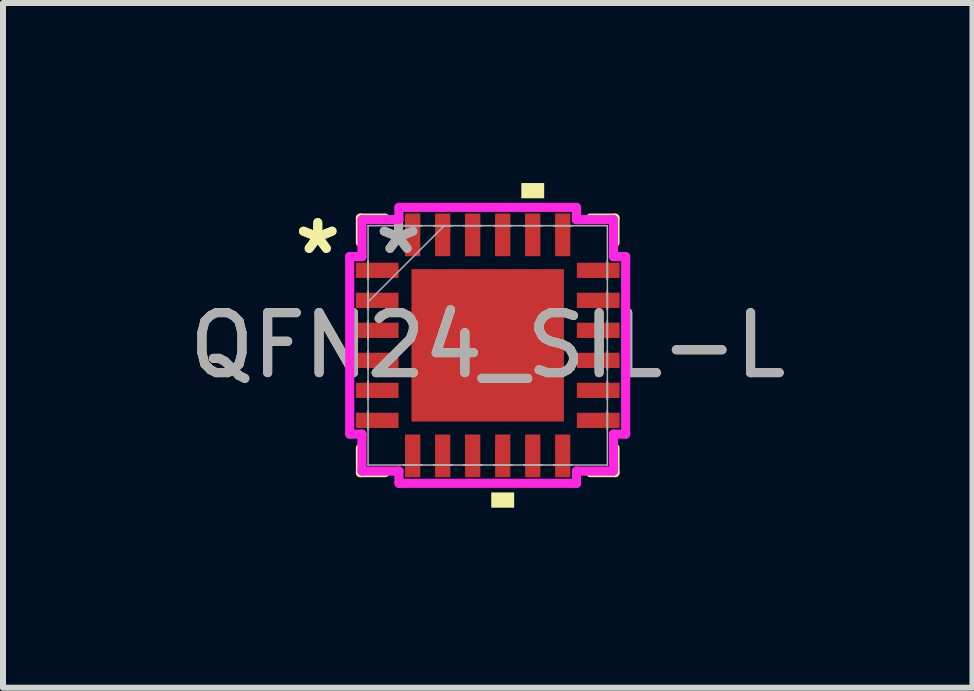
<source format=kicad_pcb>
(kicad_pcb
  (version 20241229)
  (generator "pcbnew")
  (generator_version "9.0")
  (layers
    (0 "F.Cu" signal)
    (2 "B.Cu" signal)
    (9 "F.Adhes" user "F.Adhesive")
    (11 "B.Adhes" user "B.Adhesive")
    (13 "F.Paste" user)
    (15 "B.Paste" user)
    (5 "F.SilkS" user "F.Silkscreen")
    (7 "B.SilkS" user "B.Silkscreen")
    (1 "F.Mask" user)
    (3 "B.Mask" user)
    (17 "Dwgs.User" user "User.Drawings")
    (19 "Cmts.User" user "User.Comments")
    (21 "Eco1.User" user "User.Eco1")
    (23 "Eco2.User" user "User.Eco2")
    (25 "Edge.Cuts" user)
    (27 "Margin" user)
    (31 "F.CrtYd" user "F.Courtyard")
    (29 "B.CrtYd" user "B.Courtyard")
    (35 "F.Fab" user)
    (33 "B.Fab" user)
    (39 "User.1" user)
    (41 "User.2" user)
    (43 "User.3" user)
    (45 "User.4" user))
  (footprint "QFN24_SIL-L"
    (layer "F.Cu")
    (at 5.077 2.705)
    (property "Reference" "QFN24_SIL-L" (at 0 0 0) (unlocked yes) (layer "F.SilkS") (effects (font (size 1 1) (thickness 0.15))))
    (attr smd)
    (fp_line (start -2.121 -2.121) (end -2.121 -1.71) (stroke (width 0.152) (type solid)) (layer "F.SilkS"))
    (fp_line (start -2.121 1.71) (end -2.121 2.121) (stroke (width 0.152) (type solid)) (layer "F.SilkS"))
    (fp_line (start -2.121 2.121) (end -1.71 2.121) (stroke (width 0.152) (type solid)) (layer "F.SilkS"))
    (fp_line (start -1.71 -2.121) (end -2.121 -2.121) (stroke (width 0.152) (type solid)) (layer "F.SilkS"))
    (fp_line (start 1.71 2.121) (end 2.121 2.121) (stroke (width 0.152) (type solid)) (layer "F.SilkS"))
    (fp_line (start 2.121 -2.121) (end 1.71 -2.121) (stroke (width 0.152) (type solid)) (layer "F.SilkS"))
    (fp_line (start 2.121 -1.71) (end 2.121 -2.121) (stroke (width 0.152) (type solid)) (layer "F.SilkS"))
    (fp_line (start 2.121 2.121) (end 2.121 1.71) (stroke (width 0.152) (type solid)) (layer "F.SilkS"))
    (fp_poly (pts (xy 0.059 2.451) (xy 0.059 2.705) (xy 0.441 2.705) (xy 0.441 2.451)) (stroke (width 0) (type solid)) (fill yes) (layer "F.SilkS"))
    (fp_poly (pts (xy 0.56 -2.451) (xy 0.56 -2.705) (xy 0.941 -2.705) (xy 0.941 -2.451)) (stroke (width 0) (type solid)) (fill yes) (layer "F.SilkS"))
    (fp_poly (pts (xy -1.17 -1.17) (xy -1.17 -0.1) (xy -0.1 -0.1) (xy -0.1 -1.17)) (stroke (width 0) (type solid)) (fill yes) (layer "F.Paste"))
    (fp_poly (pts (xy -1.17 0.1) (xy -1.17 1.17) (xy -0.1 1.17) (xy -0.1 0.1)) (stroke (width 0) (type solid)) (fill yes) (layer "F.Paste"))
    (fp_poly (pts (xy 0.1 -1.17) (xy 0.1 -0.1) (xy 1.17 -0.1) (xy 1.17 -1.17)) (stroke (width 0) (type solid)) (fill yes) (layer "F.Paste"))
    (fp_poly (pts (xy 0.1 0.1) (xy 0.1 1.17) (xy 1.17 1.17) (xy 1.17 0.1)) (stroke (width 0) (type solid)) (fill yes) (layer "F.Paste"))
    (fp_line (start -2.299 -1.479) (end -2.095 -1.479) (stroke (width 0.152) (type solid)) (layer "F.CrtYd"))
    (fp_line (start -2.299 1.479) (end -2.299 -1.479) (stroke (width 0.152) (type solid)) (layer "F.CrtYd"))
    (fp_line (start -2.095 -2.095) (end -1.479 -2.095) (stroke (width 0.152) (type solid)) (layer "F.CrtYd"))
    (fp_line (start -2.095 -1.479) (end -2.095 -2.095) (stroke (width 0.152) (type solid)) (layer "F.CrtYd"))
    (fp_line (start -2.095 1.479) (end -2.299 1.479) (stroke (width 0.152) (type solid)) (layer "F.CrtYd"))
    (fp_line (start -2.095 2.095) (end -2.095 1.479) (stroke (width 0.152) (type solid)) (layer "F.CrtYd"))
    (fp_line (start -1.479 -2.299) (end 1.479 -2.299) (stroke (width 0.152) (type solid)) (layer "F.CrtYd"))
    (fp_line (start -1.479 -2.095) (end -1.479 -2.299) (stroke (width 0.152) (type solid)) (layer "F.CrtYd"))
    (fp_line (start -1.479 2.095) (end -2.095 2.095) (stroke (width 0.152) (type solid)) (layer "F.CrtYd"))
    (fp_line (start -1.479 2.299) (end -1.479 2.095) (stroke (width 0.152) (type solid)) (layer "F.CrtYd"))
    (fp_line (start 1.479 -2.299) (end 1.479 -2.095) (stroke (width 0.152) (type solid)) (layer "F.CrtYd"))
    (fp_line (start 1.479 -2.095) (end 2.095 -2.095) (stroke (width 0.152) (type solid)) (layer "F.CrtYd"))
    (fp_line (start 1.479 2.095) (end 1.479 2.299) (stroke (width 0.152) (type solid)) (layer "F.CrtYd"))
    (fp_line (start 1.479 2.299) (end -1.479 2.299) (stroke (width 0.152) (type solid)) (layer "F.CrtYd"))
    (fp_line (start 2.095 -2.095) (end 2.095 -1.479) (stroke (width 0.152) (type solid)) (layer "F.CrtYd"))
    (fp_line (start 2.095 -1.479) (end 2.299 -1.479) (stroke (width 0.152) (type solid)) (layer "F.CrtYd"))
    (fp_line (start 2.095 1.479) (end 2.095 2.095) (stroke (width 0.152) (type solid)) (layer "F.CrtYd"))
    (fp_line (start 2.095 2.095) (end 1.479 2.095) (stroke (width 0.152) (type solid)) (layer "F.CrtYd"))
    (fp_line (start 2.299 -1.479) (end 2.299 1.479) (stroke (width 0.152) (type solid)) (layer "F.CrtYd"))
    (fp_line (start 2.299 1.479) (end 2.095 1.479) (stroke (width 0.152) (type solid)) (layer "F.CrtYd"))
    (fp_line (start -1.994 -1.994) (end -1.994 -1.994) (stroke (width 0.025) (type solid)) (layer "F.Fab"))
    (fp_line (start -1.994 -1.994) (end -1.994 1.994) (stroke (width 0.025) (type solid)) (layer "F.Fab"))
    (fp_line (start -1.994 -1.402) (end -1.994 -1.402) (stroke (width 0.025) (type solid)) (layer "F.Fab"))
    (fp_line (start -1.994 -1.402) (end -1.994 -1.098) (stroke (width 0.025) (type solid)) (layer "F.Fab"))
    (fp_line (start -1.994 -1.098) (end -1.994 -1.402) (stroke (width 0.025) (type solid)) (layer "F.Fab"))
    (fp_line (start -1.994 -1.098) (end -1.994 -1.098) (stroke (width 0.025) (type solid)) (layer "F.Fab"))
    (fp_line (start -1.994 -0.902) (end -1.994 -0.902) (stroke (width 0.025) (type solid)) (layer "F.Fab"))
    (fp_line (start -1.994 -0.902) (end -1.994 -0.598) (stroke (width 0.025) (type solid)) (layer "F.Fab"))
    (fp_line (start -1.994 -0.724) (end -0.724 -1.994) (stroke (width 0.025) (type solid)) (layer "F.Fab"))
    (fp_line (start -1.994 -0.598) (end -1.994 -0.902) (stroke (width 0.025) (type solid)) (layer "F.Fab"))
    (fp_line (start -1.994 -0.598) (end -1.994 -0.598) (stroke (width 0.025) (type solid)) (layer "F.Fab"))
    (fp_line (start -1.994 -0.402) (end -1.994 -0.402) (stroke (width 0.025) (type solid)) (layer "F.Fab"))
    (fp_line (start -1.994 -0.402) (end -1.994 -0.098) (stroke (width 0.025) (type solid)) (layer "F.Fab"))
    (fp_line (start -1.994 -0.098) (end -1.994 -0.402) (stroke (width 0.025) (type solid)) (layer "F.Fab"))
    (fp_line (start -1.994 -0.098) (end -1.994 -0.098) (stroke (width 0.025) (type solid)) (layer "F.Fab"))
    (fp_line (start -1.994 0.098) (end -1.994 0.098) (stroke (width 0.025) (type solid)) (layer "F.Fab"))
    (fp_line (start -1.994 0.098) (end -1.994 0.402) (stroke (width 0.025) (type solid)) (layer "F.Fab"))
    (fp_line (start -1.994 0.402) (end -1.994 0.098) (stroke (width 0.025) (type solid)) (layer "F.Fab"))
    (fp_line (start -1.994 0.402) (end -1.994 0.402) (stroke (width 0.025) (type solid)) (layer "F.Fab"))
    (fp_line (start -1.994 0.598) (end -1.994 0.598) (stroke (width 0.025) (type solid)) (layer "F.Fab"))
    (fp_line (start -1.994 0.598) (end -1.994 0.902) (stroke (width 0.025) (type solid)) (layer "F.Fab"))
    (fp_line (start -1.994 0.902) (end -1.994 0.598) (stroke (width 0.025) (type solid)) (layer "F.Fab"))
    (fp_line (start -1.994 0.902) (end -1.994 0.902) (stroke (width 0.025) (type solid)) (layer "F.Fab"))
    (fp_line (start -1.994 1.098) (end -1.994 1.098) (stroke (width 0.025) (type solid)) (layer "F.Fab"))
    (fp_line (start -1.994 1.098) (end -1.994 1.402) (stroke (width 0.025) (type solid)) (layer "F.Fab"))
    (fp_line (start -1.994 1.402) (end -1.994 1.098) (stroke (width 0.025) (type solid)) (layer "F.Fab"))
    (fp_line (start -1.994 1.402) (end -1.994 1.402) (stroke (width 0.025) (type solid)) (layer "F.Fab"))
    (fp_line (start -1.994 1.994) (end -1.994 1.994) (stroke (width 0.025) (type solid)) (layer "F.Fab"))
    (fp_line (start -1.994 1.994) (end 1.994 1.994) (stroke (width 0.025) (type solid)) (layer "F.Fab"))
    (fp_line (start -1.402 -1.994) (end -1.402 -1.994) (stroke (width 0.025) (type solid)) (layer "F.Fab"))
    (fp_line (start -1.402 -1.994) (end -1.098 -1.994) (stroke (width 0.025) (type solid)) (layer "F.Fab"))
    (fp_line (start -1.402 1.994) (end -1.402 1.994) (stroke (width 0.025) (type solid)) (layer "F.Fab"))
    (fp_line (start -1.402 1.994) (end -1.098 1.994) (stroke (width 0.025) (type solid)) (layer "F.Fab"))
    (fp_line (start -1.098 -1.994) (end -1.402 -1.994) (stroke (width 0.025) (type solid)) (layer "F.Fab"))
    (fp_line (start -1.098 -1.994) (end -1.098 -1.994) (stroke (width 0.025) (type solid)) (layer "F.Fab"))
    (fp_line (start -1.098 1.994) (end -1.402 1.994) (stroke (width 0.025) (type solid)) (layer "F.Fab"))
    (fp_line (start -1.098 1.994) (end -1.098 1.994) (stroke (width 0.025) (type solid)) (layer "F.Fab"))
    (fp_line (start -0.902 -1.994) (end -0.902 -1.994) (stroke (width 0.025) (type solid)) (layer "F.Fab"))
    (fp_line (start -0.902 -1.994) (end -0.598 -1.994) (stroke (width 0.025) (type solid)) (layer "F.Fab"))
    (fp_line (start -0.902 1.994) (end -0.902 1.994) (stroke (width 0.025) (type solid)) (layer "F.Fab"))
    (fp_line (start -0.902 1.994) (end -0.598 1.994) (stroke (width 0.025) (type solid)) (layer "F.Fab"))
    (fp_line (start -0.598 -1.994) (end -0.902 -1.994) (stroke (width 0.025) (type solid)) (layer "F.Fab"))
    (fp_line (start -0.598 -1.994) (end -0.598 -1.994) (stroke (width 0.025) (type solid)) (layer "F.Fab"))
    (fp_line (start -0.598 1.994) (end -0.902 1.994) (stroke (width 0.025) (type solid)) (layer "F.Fab"))
    (fp_line (start -0.598 1.994) (end -0.598 1.994) (stroke (width 0.025) (type solid)) (layer "F.Fab"))
    (fp_line (start -0.402 -1.994) (end -0.402 -1.994) (stroke (width 0.025) (type solid)) (layer "F.Fab"))
    (fp_line (start -0.402 -1.994) (end -0.098 -1.994) (stroke (width 0.025) (type solid)) (layer "F.Fab"))
    (fp_line (start -0.402 1.994) (end -0.402 1.994) (stroke (width 0.025) (type solid)) (layer "F.Fab"))
    (fp_line (start -0.402 1.994) (end -0.098 1.994) (stroke (width 0.025) (type solid)) (layer "F.Fab"))
    (fp_line (start -0.098 -1.994) (end -0.402 -1.994) (stroke (width 0.025) (type solid)) (layer "F.Fab"))
    (fp_line (start -0.098 -1.994) (end -0.098 -1.994) (stroke (width 0.025) (type solid)) (layer "F.Fab"))
    (fp_line (start -0.098 1.994) (end -0.402 1.994) (stroke (width 0.025) (type solid)) (layer "F.Fab"))
    (fp_line (start -0.098 1.994) (end -0.098 1.994) (stroke (width 0.025) (type solid)) (layer "F.Fab"))
    (fp_line (start 0.098 -1.994) (end 0.098 -1.994) (stroke (width 0.025) (type solid)) (layer "F.Fab"))
    (fp_line (start 0.098 -1.994) (end 0.402 -1.994) (stroke (width 0.025) (type solid)) (layer "F.Fab"))
    (fp_line (start 0.098 1.994) (end 0.098 1.994) (stroke (width 0.025) (type solid)) (layer "F.Fab"))
    (fp_line (start 0.098 1.994) (end 0.402 1.994) (stroke (width 0.025) (type solid)) (layer "F.Fab"))
    (fp_line (start 0.402 -1.994) (end 0.098 -1.994) (stroke (width 0.025) (type solid)) (layer "F.Fab"))
    (fp_line (start 0.402 -1.994) (end 0.402 -1.994) (stroke (width 0.025) (type solid)) (layer "F.Fab"))
    (fp_line (start 0.402 1.994) (end 0.098 1.994) (stroke (width 0.025) (type solid)) (layer "F.Fab"))
    (fp_line (start 0.402 1.994) (end 0.402 1.994) (stroke (width 0.025) (type solid)) (layer "F.Fab"))
    (fp_line (start 0.598 -1.994) (end 0.598 -1.994) (stroke (width 0.025) (type solid)) (layer "F.Fab"))
    (fp_line (start 0.598 -1.994) (end 0.902 -1.994) (stroke (width 0.025) (type solid)) (layer "F.Fab"))
    (fp_line (start 0.598 1.994) (end 0.598 1.994) (stroke (width 0.025) (type solid)) (layer "F.Fab"))
    (fp_line (start 0.598 1.994) (end 0.902 1.994) (stroke (width 0.025) (type solid)) (layer "F.Fab"))
    (fp_line (start 0.902 -1.994) (end 0.598 -1.994) (stroke (width 0.025) (type solid)) (layer "F.Fab"))
    (fp_line (start 0.902 -1.994) (end 0.902 -1.994) (stroke (width 0.025) (type solid)) (layer "F.Fab"))
    (fp_line (start 0.902 1.994) (end 0.598 1.994) (stroke (width 0.025) (type solid)) (layer "F.Fab"))
    (fp_line (start 0.902 1.994) (end 0.902 1.994) (stroke (width 0.025) (type solid)) (layer "F.Fab"))
    (fp_line (start 1.098 -1.994) (end 1.098 -1.994) (stroke (width 0.025) (type solid)) (layer "F.Fab"))
    (fp_line (start 1.098 -1.994) (end 1.402 -1.994) (stroke (width 0.025) (type solid)) (layer "F.Fab"))
    (fp_line (start 1.098 1.994) (end 1.098 1.994) (stroke (width 0.025) (type solid)) (layer "F.Fab"))
    (fp_line (start 1.098 1.994) (end 1.402 1.994) (stroke (width 0.025) (type solid)) (layer "F.Fab"))
    (fp_line (start 1.402 -1.994) (end 1.098 -1.994) (stroke (width 0.025) (type solid)) (layer "F.Fab"))
    (fp_line (start 1.402 -1.994) (end 1.402 -1.994) (stroke (width 0.025) (type solid)) (layer "F.Fab"))
    (fp_line (start 1.402 1.994) (end 1.098 1.994) (stroke (width 0.025) (type solid)) (layer "F.Fab"))
    (fp_line (start 1.402 1.994) (end 1.402 1.994) (stroke (width 0.025) (type solid)) (layer "F.Fab"))
    (fp_line (start 1.994 -1.994) (end -1.994 -1.994) (stroke (width 0.025) (type solid)) (layer "F.Fab"))
    (fp_line (start 1.994 -1.994) (end 1.994 -1.994) (stroke (width 0.025) (type solid)) (layer "F.Fab"))
    (fp_line (start 1.994 -1.402) (end 1.994 -1.402) (stroke (width 0.025) (type solid)) (layer "F.Fab"))
    (fp_line (start 1.994 -1.402) (end 1.994 -1.098) (stroke (width 0.025) (type solid)) (layer "F.Fab"))
    (fp_line (start 1.994 -1.098) (end 1.994 -1.402) (stroke (width 0.025) (type solid)) (layer "F.Fab"))
    (fp_line (start 1.994 -1.098) (end 1.994 -1.098) (stroke (width 0.025) (type solid)) (layer "F.Fab"))
    (fp_line (start 1.994 -0.902) (end 1.994 -0.902) (stroke (width 0.025) (type solid)) (layer "F.Fab"))
    (fp_line (start 1.994 -0.902) (end 1.994 -0.598) (stroke (width 0.025) (type solid)) (layer "F.Fab"))
    (fp_line (start 1.994 -0.598) (end 1.994 -0.902) (stroke (width 0.025) (type solid)) (layer "F.Fab"))
    (fp_line (start 1.994 -0.598) (end 1.994 -0.598) (stroke (width 0.025) (type solid)) (layer "F.Fab"))
    (fp_line (start 1.994 -0.402) (end 1.994 -0.402) (stroke (width 0.025) (type solid)) (layer "F.Fab"))
    (fp_line (start 1.994 -0.402) (end 1.994 -0.098) (stroke (width 0.025) (type solid)) (layer "F.Fab"))
    (fp_line (start 1.994 -0.098) (end 1.994 -0.402) (stroke (width 0.025) (type solid)) (layer "F.Fab"))
    (fp_line (start 1.994 -0.098) (end 1.994 -0.098) (stroke (width 0.025) (type solid)) (layer "F.Fab"))
    (fp_line (start 1.994 0.098) (end 1.994 0.098) (stroke (width 0.025) (type solid)) (layer "F.Fab"))
    (fp_line (start 1.994 0.098) (end 1.994 0.402) (stroke (width 0.025) (type solid)) (layer "F.Fab"))
    (fp_line (start 1.994 0.402) (end 1.994 0.098) (stroke (width 0.025) (type solid)) (layer "F.Fab"))
    (fp_line (start 1.994 0.402) (end 1.994 0.402) (stroke (width 0.025) (type solid)) (layer "F.Fab"))
    (fp_line (start 1.994 0.598) (end 1.994 0.598) (stroke (width 0.025) (type solid)) (layer "F.Fab"))
    (fp_line (start 1.994 0.598) (end 1.994 0.902) (stroke (width 0.025) (type solid)) (layer "F.Fab"))
    (fp_line (start 1.994 0.902) (end 1.994 0.598) (stroke (width 0.025) (type solid)) (layer "F.Fab"))
    (fp_line (start 1.994 0.902) (end 1.994 0.902) (stroke (width 0.025) (type solid)) (layer "F.Fab"))
    (fp_line (start 1.994 1.098) (end 1.994 1.098) (stroke (width 0.025) (type solid)) (layer "F.Fab"))
    (fp_line (start 1.994 1.098) (end 1.994 1.402) (stroke (width 0.025) (type solid)) (layer "F.Fab"))
    (fp_line (start 1.994 1.402) (end 1.994 1.098) (stroke (width 0.025) (type solid)) (layer "F.Fab"))
    (fp_line (start 1.994 1.402) (end 1.994 1.402) (stroke (width 0.025) (type solid)) (layer "F.Fab"))
    (fp_line (start 1.994 1.994) (end 1.994 -1.994) (stroke (width 0.025) (type solid)) (layer "F.Fab"))
    (fp_line (start 1.994 1.994) (end 1.994 1.994) (stroke (width 0.025) (type solid)) (layer "F.Fab"))
    (fp_text user "*" (at -2.832 -1.5 0) (layer "F.SilkS") (effects (font (size 1 1) (thickness 0.15))))
    (fp_text user "*" (at -2.832 -1.5 0) (unlocked yes) (layer "F.SilkS") (effects (font (size 1 1) (thickness 0.15))))
    (fp_text user "${REFERENCE}" (at 0 0 0) (unlocked yes) (layer "F.Fab") (effects (font (size 1 1) (thickness 0.15))))
    (fp_text user "*" (at -1.486 -1.5 0) (layer "F.Fab") (effects (font (size 1 1) (thickness 0.15))))
    (fp_text user "*" (at -1.486 -1.5 0) (unlocked yes) (layer "F.Fab") (effects (font (size 1 1) (thickness 0.15))))
    (pad "1" smd rect (at -1.841 -1.25 90) (size 0.254 0.711) (layers "F.Cu" "F.Mask" "F.Paste"))
    (pad "2" smd rect (at -1.841 -0.75 90) (size 0.254 0.711) (layers "F.Cu" "F.Mask" "F.Paste"))
    (pad "3" smd rect (at -1.841 -0.25 90) (size 0.254 0.711) (layers "F.Cu" "F.Mask" "F.Paste"))
    (pad "4" smd rect (at -1.841 0.25 90) (size 0.254 0.711) (layers "F.Cu" "F.Mask" "F.Paste"))
    (pad "5" smd rect (at -1.841 0.75 90) (size 0.254 0.711) (layers "F.Cu" "F.Mask" "F.Paste"))
    (pad "6" smd rect (at -1.841 1.25 90) (size 0.254 0.711) (layers "F.Cu" "F.Mask" "F.Paste"))
    (pad "7" smd rect (at -1.25 1.841) (size 0.254 0.711) (layers "F.Cu" "F.Mask" "F.Paste"))
    (pad "8" smd rect (at -0.75 1.841) (size 0.254 0.711) (layers "F.Cu" "F.Mask" "F.Paste"))
    (pad "9" smd rect (at -0.25 1.841) (size 0.254 0.711) (layers "F.Cu" "F.Mask" "F.Paste"))
    (pad "10" smd rect (at 0.25 1.841) (size 0.254 0.711) (layers "F.Cu" "F.Mask" "F.Paste"))
    (pad "11" smd rect (at 0.75 1.841) (size 0.254 0.711) (layers "F.Cu" "F.Mask" "F.Paste"))
    (pad "12" smd rect (at 1.25 1.841) (size 0.254 0.711) (layers "F.Cu" "F.Mask" "F.Paste"))
    (pad "13" smd rect (at 1.841 1.25 90) (size 0.254 0.711) (layers "F.Cu" "F.Mask" "F.Paste"))
    (pad "14" smd rect (at 1.841 0.75 90) (size 0.254 0.711) (layers "F.Cu" "F.Mask" "F.Paste"))
    (pad "15" smd rect (at 1.841 0.25 90) (size 0.254 0.711) (layers "F.Cu" "F.Mask" "F.Paste"))
    (pad "16" smd rect (at 1.841 -0.25 90) (size 0.254 0.711) (layers "F.Cu" "F.Mask" "F.Paste"))
    (pad "17" smd rect (at 1.841 -0.75 90) (size 0.254 0.711) (layers "F.Cu" "F.Mask" "F.Paste"))
    (pad "18" smd rect (at 1.841 -1.25 90) (size 0.254 0.711) (layers "F.Cu" "F.Mask" "F.Paste"))
    (pad "19" smd rect (at 1.25 -1.841) (size 0.254 0.711) (layers "F.Cu" "F.Mask" "F.Paste"))
    (pad "20" smd rect (at 0.75 -1.841) (size 0.254 0.711) (layers "F.Cu" "F.Mask" "F.Paste"))
    (pad "21" smd rect (at 0.25 -1.841) (size 0.254 0.711) (layers "F.Cu" "F.Mask" "F.Paste"))
    (pad "22" smd rect (at -0.25 -1.841) (size 0.254 0.711) (layers "F.Cu" "F.Mask" "F.Paste"))
    (pad "23" smd rect (at -0.75 -1.841) (size 0.254 0.711) (layers "F.Cu" "F.Mask" "F.Paste"))
    (pad "24" smd rect (at -1.25 -1.841) (size 0.254 0.711) (layers "F.Cu" "F.Mask" "F.Paste"))
    (pad "25" smd rect (at 0 0) (size 2.54 2.54) (layers "F.Cu" "F.Mask" "F.Paste")))
  (gr_rect
    (start -3 -3)
    (end 13.155 8.41)
    (stroke (width 0.1) (type default))
    (fill no)
    (layer "Edge.Cuts")))
</source>
